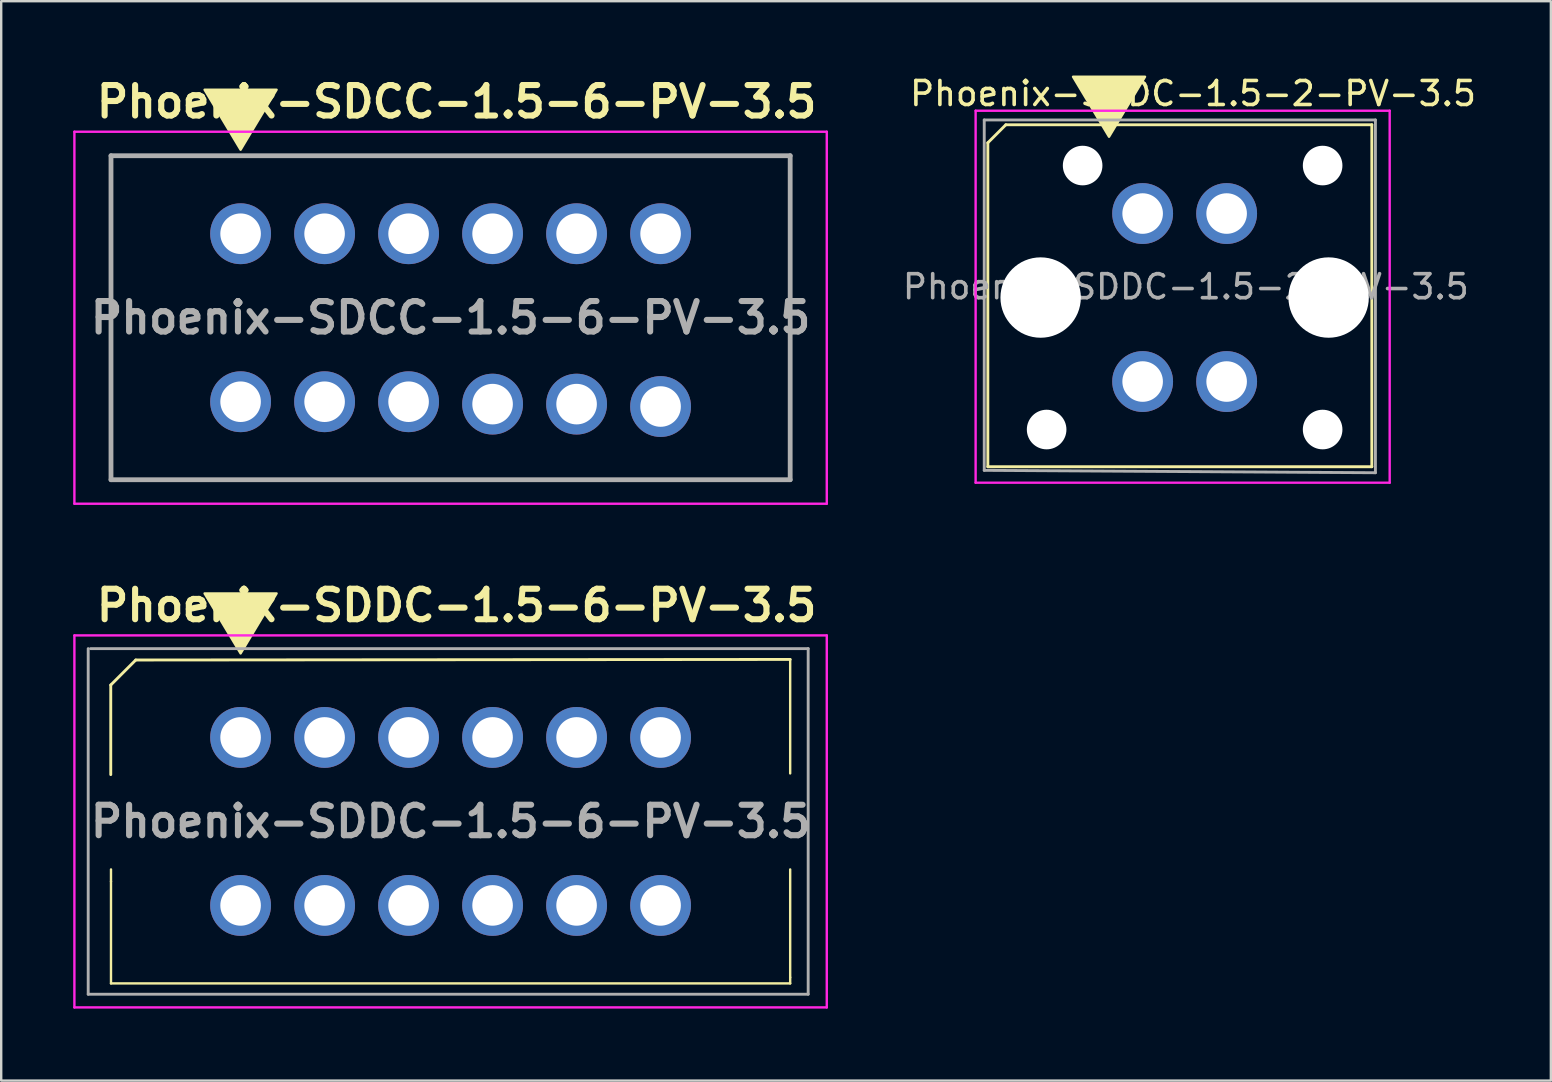
<source format=kicad_pcb>
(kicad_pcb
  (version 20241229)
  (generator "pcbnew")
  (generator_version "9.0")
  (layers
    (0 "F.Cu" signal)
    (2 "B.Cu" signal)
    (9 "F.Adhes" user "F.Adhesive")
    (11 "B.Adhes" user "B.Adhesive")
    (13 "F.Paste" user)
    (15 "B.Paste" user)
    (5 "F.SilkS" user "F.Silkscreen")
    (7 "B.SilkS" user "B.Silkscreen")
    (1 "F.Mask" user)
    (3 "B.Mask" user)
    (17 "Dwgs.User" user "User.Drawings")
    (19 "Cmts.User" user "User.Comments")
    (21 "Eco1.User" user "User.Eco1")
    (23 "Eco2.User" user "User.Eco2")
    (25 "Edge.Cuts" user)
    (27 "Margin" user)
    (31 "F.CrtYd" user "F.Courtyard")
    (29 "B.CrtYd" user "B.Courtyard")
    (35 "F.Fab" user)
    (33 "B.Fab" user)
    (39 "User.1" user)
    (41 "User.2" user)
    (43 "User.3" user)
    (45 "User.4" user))
  (footprint "Phoenix-SDDC-1.5-2-PV-3.5"
    (layer "F.Cu")
    (at 46.311 9.348)
    (property "Reference" "Phoenix-SDDC-1.5-2-PV-3.5" (at 0.35 -8.5 0) (layer "F.SilkS") (effects (font (size 1 1) (thickness 0.15))))
    (attr through_hole)
    (fp_line (start -8.2 -6.45) (end -7.45 -7.2) (stroke (width 0.12) (type solid)) (layer "F.SilkS"))
    (fp_line (start -8.2 7.05) (end -8.2 -6.45) (stroke (width 0.12) (type solid)) (layer "F.SilkS"))
    (fp_line (start -7.45 -7.2) (end 7.8 -7.2) (stroke (width 0.12) (type solid)) (layer "F.SilkS"))
    (fp_line (start 7.8 -7.2) (end 7.8 7.05) (stroke (width 0.12) (type solid)) (layer "F.SilkS"))
    (fp_line (start 7.8 7.05) (end -8.2 7.05) (stroke (width 0.12) (type solid)) (layer "F.SilkS"))
    (fp_poly (pts (xy -3.15 -6.7) (xy -4.65 -9.2) (xy -1.65 -9.2)) (stroke (width 0.1) (type solid)) (fill yes) (layer "F.SilkS"))
    (fp_line (start -8.709 -7.785) (end 8.544 -7.785) (stroke (width 0.1) (type solid)) (layer "F.CrtYd"))
    (fp_line (start -8.709 7.715) (end -8.709 -7.785) (stroke (width 0.1) (type solid)) (layer "F.CrtYd"))
    (fp_line (start 8.544 -7.785) (end 8.544 7.715) (stroke (width 0.1) (type solid)) (layer "F.CrtYd"))
    (fp_line (start 8.544 7.715) (end -8.709 7.715) (stroke (width 0.1) (type solid)) (layer "F.CrtYd"))
    (fp_line (start -8.35 -7.4) (end 7.95 -7.4) (stroke (width 0.12) (type solid)) (layer "F.Fab"))
    (fp_line (start -8.35 7.2) (end -8.35 -7.4) (stroke (width 0.12) (type solid)) (layer "F.Fab"))
    (fp_line (start 7.95 -7.4) (end 7.95 7.3) (stroke (width 0.12) (type solid)) (layer "F.Fab"))
    (fp_line (start 7.95 7.3) (end -8.35 7.2) (stroke (width 0.12) (type solid)) (layer "F.Fab"))
    (fp_text user "${REFERENCE}" (at 0.05 -0.45 0) (layer "F.Fab") (effects (font (size 1 1) (thickness 0.15))))
    (pad "" np_thru_hole circle (at -6 0) (size 3.35 3.35) (drill 3.35) (layers "*.Cu" "*.Mask"))
    (pad "" np_thru_hole circle (at -5.75 5.5) (size 1.65 1.65) (drill 1.65) (layers "*.Cu" "*.Mask"))
    (pad "" np_thru_hole circle (at -4.25 -5.5) (size 1.65 1.65) (drill 1.65) (layers "*.Cu" "*.Mask"))
    (pad "" np_thru_hole circle (at 5.75 -5.5) (size 1.65 1.65) (drill 1.65) (layers "*.Cu" "*.Mask"))
    (pad "" np_thru_hole circle (at 5.75 5.5) (size 1.65 1.65) (drill 1.65) (layers "*.Cu" "*.Mask"))
    (pad "" np_thru_hole circle (at 6 0) (size 3.35 3.35) (drill 3.35) (layers "*.Cu" "*.Mask"))
    (pad "A1" thru_hole circle (at -1.75 -3.5) (size 2.535 2.535) (drill 1.69) (layers "*.Cu" "*.Mask"))
    (pad "A2" thru_hole circle (at 1.75 -3.5) (size 2.535 2.535) (drill 1.69) (layers "*.Cu" "*.Mask"))
    (pad "B1" thru_hole circle (at -1.75 3.5) (size 2.535 2.535) (drill 1.69) (layers "*.Cu" "*.Mask"))
    (pad "B2" thru_hole circle (at 1.75 3.5) (size 2.535 2.535) (drill 1.69) (layers "*.Cu" "*.Mask")))
  (footprint "Phoenix-SDCC-1.5-6-PV-3.5"
    (layer "F.Cu")
    (at 6.975 6.689)
    (property "Reference" "Phoenix-SDCC-1.5-6-PV-3.5" (at 9 -5.5 0) (layer "F.SilkS") (effects (font (size 1.27 1.27) (thickness 0.254))))
    (attr through_hole)
    (fp_line (start -5.4 -3.25) (end 22.9 -3.25) (stroke (width 0.1) (type solid)) (layer "F.SilkS"))
    (fp_line (start -5.4 1.5) (end -5.4 -3.25) (stroke (width 0.1) (type solid)) (layer "F.SilkS"))
    (fp_line (start -5.4 6) (end -5.4 5.5) (stroke (width 0.1) (type solid)) (layer "F.SilkS"))
    (fp_line (start -5.4 10.25) (end -5.4 6) (stroke (width 0.1) (type solid)) (layer "F.SilkS"))
    (fp_line (start 22.9 -3.25) (end 22.9 1.5) (stroke (width 0.1) (type solid)) (layer "F.SilkS"))
    (fp_line (start 22.9 5.5) (end 22.9 10) (stroke (width 0.1) (type solid)) (layer "F.SilkS"))
    (fp_line (start 22.9 10) (end 22.9 10.25) (stroke (width 0.1) (type solid)) (layer "F.SilkS"))
    (fp_line (start 22.9 10.25) (end -5.4 10.25) (stroke (width 0.1) (type solid)) (layer "F.SilkS"))
    (fp_poly (pts (xy 0 -3.5) (xy -1.5 -6) (xy 1.5 -6)) (stroke (width 0.1) (type solid)) (fill yes) (layer "F.SilkS"))
    (fp_line (start -6.925 -4.25) (end 24.425 -4.25) (stroke (width 0.1) (type solid)) (layer "F.CrtYd"))
    (fp_line (start -6.925 11.25) (end -6.925 -4.25) (stroke (width 0.1) (type solid)) (layer "F.CrtYd"))
    (fp_line (start 24.425 -4.25) (end 24.425 11.25) (stroke (width 0.1) (type solid)) (layer "F.CrtYd"))
    (fp_line (start 24.425 11.25) (end -6.925 11.25) (stroke (width 0.1) (type solid)) (layer "F.CrtYd"))
    (fp_line (start -5.4 -3.25) (end 22.9 -3.25) (stroke (width 0.2) (type solid)) (layer "F.Fab"))
    (fp_line (start -5.4 10.25) (end -5.4 -3.25) (stroke (width 0.2) (type solid)) (layer "F.Fab"))
    (fp_line (start 22.9 -3.25) (end 22.9 10.25) (stroke (width 0.2) (type solid)) (layer "F.Fab"))
    (fp_line (start 22.9 10.25) (end -5.4 10.25) (stroke (width 0.2) (type solid)) (layer "F.Fab"))
    (fp_text user "${REFERENCE}" (at 8.75 3.5 0) (layer "F.Fab") (effects (font (size 1.27 1.27) (thickness 0.254))))
    (pad "" np_thru_hole circle (at -4.25 3.5) (size 0.001 0.001) (drill 3.35) (layers "*.Cu" "*.Mask"))
    (pad "" np_thru_hole circle (at -4 9) (size 0.001 0.001) (drill 1.65) (layers "*.Cu" "*.Mask"))
    (pad "" np_thru_hole circle (at -3.5 0) (size 0.001 0.001) (drill 1.65) (layers "*.Cu" "*.Mask"))
    (pad "" np_thru_hole circle (at -3.5 7) (size 0.001 0.001) (drill 1.65) (layers "*.Cu" "*.Mask"))
    (pad "" np_thru_hole circle (at -2.5 -2) (size 0.001 0.001) (drill 1.65) (layers "*.Cu" "*.Mask"))
    (pad "" np_thru_hole circle (at 21 0) (size 0.001 0.001) (drill 1.65) (layers "*.Cu" "*.Mask"))
    (pad "" np_thru_hole circle (at 21 7) (size 0.001 0.001) (drill 1.65) (layers "*.Cu" "*.Mask"))
    (pad "" np_thru_hole circle (at 21.5 -2) (size 0.001 0.001) (drill 1.65) (layers "*.Cu" "*.Mask"))
    (pad "" np_thru_hole circle (at 21.5 9) (size 0.001 0.001) (drill 1.65) (layers "*.Cu" "*.Mask"))
    (pad "" np_thru_hole circle (at 21.75 3.5) (size 0.001 0.001) (drill 3.35) (layers "*.Cu" "*.Mask"))
    (pad "11" thru_hole circle (at 0 0) (size 2.535 2.535) (drill 1.69) (layers "*.Cu" "*.Mask"))
    (pad "12" thru_hole circle (at 3.5 0) (size 2.535 2.535) (drill 1.69) (layers "*.Cu" "*.Mask"))
    (pad "13" thru_hole circle (at 7 0) (size 2.535 2.535) (drill 1.69) (layers "*.Cu" "*.Mask"))
    (pad "14" thru_hole circle (at 10.5 0) (size 2.535 2.535) (drill 1.69) (layers "*.Cu" "*.Mask"))
    (pad "15" thru_hole circle (at 14 0) (size 2.535 2.535) (drill 1.69) (layers "*.Cu" "*.Mask"))
    (pad "16" thru_hole circle (at 17.5 0) (size 2.535 2.535) (drill 1.69) (layers "*.Cu" "*.Mask"))
    (pad "21" thru_hole circle (at 0 7) (size 2.535 2.535) (drill 1.69) (layers "*.Cu" "*.Mask"))
    (pad "22" thru_hole circle (at 3.5 7) (size 2.535 2.535) (drill 1.69) (layers "*.Cu" "*.Mask"))
    (pad "23" thru_hole circle (at 7 7) (size 2.535 2.535) (drill 1.69) (layers "*.Cu" "*.Mask"))
    (pad "24" thru_hole circle (at 10.5 7.1) (size 2.535 2.535) (drill 1.69) (layers "*.Cu" "*.Mask"))
    (pad "25" thru_hole circle (at 14 7.1) (size 2.535 2.535) (drill 1.69) (layers "*.Cu" "*.Mask"))
    (pad "26" thru_hole circle (at 17.5 7.2) (size 2.535 2.535) (drill 1.69) (layers "*.Cu" "*.Mask")))
  (footprint "Phoenix-SDDC-1.5-6-PV-3.5"
    (layer "F.Cu")
    (at 15.725 31.177)
    (property "Reference" "Phoenix-SDDC-1.5-6-PV-3.5" (at 0.25 -9 0) (layer "F.SilkS") (effects (font (size 1.27 1.27) (thickness 0.254))))
    (attr through_hole)
    (fp_line (start -14.16 -5.684) (end -13.119 -6.726) (stroke (width 0.12) (type solid)) (layer "F.SilkS"))
    (fp_line (start -14.16 -1.951) (end -14.16 -5.684) (stroke (width 0.12) (type solid)) (layer "F.SilkS"))
    (fp_line (start -14.15 2.5) (end -14.15 2) (stroke (width 0.1) (type solid)) (layer "F.SilkS"))
    (fp_line (start -14.15 6.75) (end -14.15 2.5) (stroke (width 0.1) (type solid)) (layer "F.SilkS"))
    (fp_line (start 14.15 -6.75) (end -13.119 -6.726) (stroke (width 0.12) (type solid)) (layer "F.SilkS"))
    (fp_line (start 14.15 -6.75) (end 14.15 -2) (stroke (width 0.1) (type solid)) (layer "F.SilkS"))
    (fp_line (start 14.15 2) (end 14.15 6.5) (stroke (width 0.1) (type solid)) (layer "F.SilkS"))
    (fp_line (start 14.15 6.5) (end 14.15 6.75) (stroke (width 0.1) (type solid)) (layer "F.SilkS"))
    (fp_line (start 14.15 6.75) (end -14.15 6.75) (stroke (width 0.1) (type solid)) (layer "F.SilkS"))
    (fp_poly (pts (xy -8.75 -7) (xy -10.25 -9.5) (xy -7.25 -9.5)) (stroke (width 0.1) (type solid)) (fill yes) (layer "F.SilkS"))
    (fp_line (start -15.675 -7.75) (end 15.675 -7.75) (stroke (width 0.1) (type solid)) (layer "F.CrtYd"))
    (fp_line (start -15.675 7.75) (end -15.675 -7.75) (stroke (width 0.1) (type solid)) (layer "F.CrtYd"))
    (fp_line (start 15.675 -7.75) (end 15.675 7.75) (stroke (width 0.1) (type solid)) (layer "F.CrtYd"))
    (fp_line (start 15.675 7.75) (end -15.675 7.75) (stroke (width 0.1) (type solid)) (layer "F.CrtYd"))
    (fp_line (start -15.1 7.2) (end -15.1 -7.2) (stroke (width 0.12) (type solid)) (layer "F.Fab"))
    (fp_line (start -15 -7.2) (end 14.9 -7.2) (stroke (width 0.12) (type solid)) (layer "F.Fab"))
    (fp_line (start 14.9 -7.2) (end 14.9 7.2) (stroke (width 0.12) (type solid)) (layer "F.Fab"))
    (fp_line (start 14.9 7.2) (end -15.1 7.2) (stroke (width 0.12) (type solid)) (layer "F.Fab"))
    (fp_text user "${REFERENCE}" (at 0 0 0) (layer "F.Fab") (effects (font (size 1.27 1.27) (thickness 0.254))))
    (pad "" np_thru_hole circle (at -13 0) (size 0.001 0.001) (drill 3.35) (layers "*.Cu" "*.Mask"))
    (pad "" np_thru_hole circle (at -12.75 5.5) (size 0.001 0.001) (drill 1.65) (layers "*.Cu" "*.Mask"))
    (pad "" np_thru_hole circle (at -11.25 -5.5) (size 0.001 0.001) (drill 1.65) (layers "*.Cu" "*.Mask"))
    (pad "" np_thru_hole circle (at 12.75 -5.5) (size 0.001 0.001) (drill 1.65) (layers "*.Cu" "*.Mask"))
    (pad "" np_thru_hole circle (at 12.75 5.5) (size 0.001 0.001) (drill 1.65) (layers "*.Cu" "*.Mask"))
    (pad "" np_thru_hole circle (at 13 0) (size 0.001 0.001) (drill 3.35) (layers "*.Cu" "*.Mask"))
    (pad "A1" thru_hole circle (at -8.75 -3.5) (size 2.535 2.535) (drill 1.69) (layers "*.Cu" "*.Mask"))
    (pad "A2" thru_hole circle (at -5.25 -3.5) (size 2.535 2.535) (drill 1.69) (layers "*.Cu" "*.Mask"))
    (pad "A3" thru_hole circle (at -1.75 -3.5) (size 2.535 2.535) (drill 1.69) (layers "*.Cu" "*.Mask"))
    (pad "A4" thru_hole circle (at 1.75 -3.5) (size 2.535 2.535) (drill 1.69) (layers "*.Cu" "*.Mask"))
    (pad "A5" thru_hole circle (at 5.25 -3.5) (size 2.535 2.535) (drill 1.69) (layers "*.Cu" "*.Mask"))
    (pad "A6" thru_hole circle (at 8.75 -3.5) (size 2.535 2.535) (drill 1.69) (layers "*.Cu" "*.Mask"))
    (pad "B1" thru_hole circle (at -8.75 3.5) (size 2.535 2.535) (drill 1.69) (layers "*.Cu" "*.Mask"))
    (pad "B2" thru_hole circle (at -5.25 3.5) (size 2.535 2.535) (drill 1.69) (layers "*.Cu" "*.Mask"))
    (pad "B3" thru_hole circle (at -1.75 3.5) (size 2.535 2.535) (drill 1.69) (layers "*.Cu" "*.Mask"))
    (pad "B4" thru_hole circle (at 1.75 3.5) (size 2.535 2.535) (drill 1.69) (layers "*.Cu" "*.Mask"))
    (pad "B5" thru_hole circle (at 5.25 3.5) (size 2.535 2.535) (drill 1.69) (layers "*.Cu" "*.Mask"))
    (pad "B6" thru_hole circle (at 8.75 3.5) (size 2.535 2.535) (drill 1.69) (layers "*.Cu" "*.Mask")))
  (gr_rect
    (start -3 -3)
    (end 61.571 41.977)
    (stroke (width 0.1) (type default))
    (fill no)
    (layer "Edge.Cuts")))
</source>
